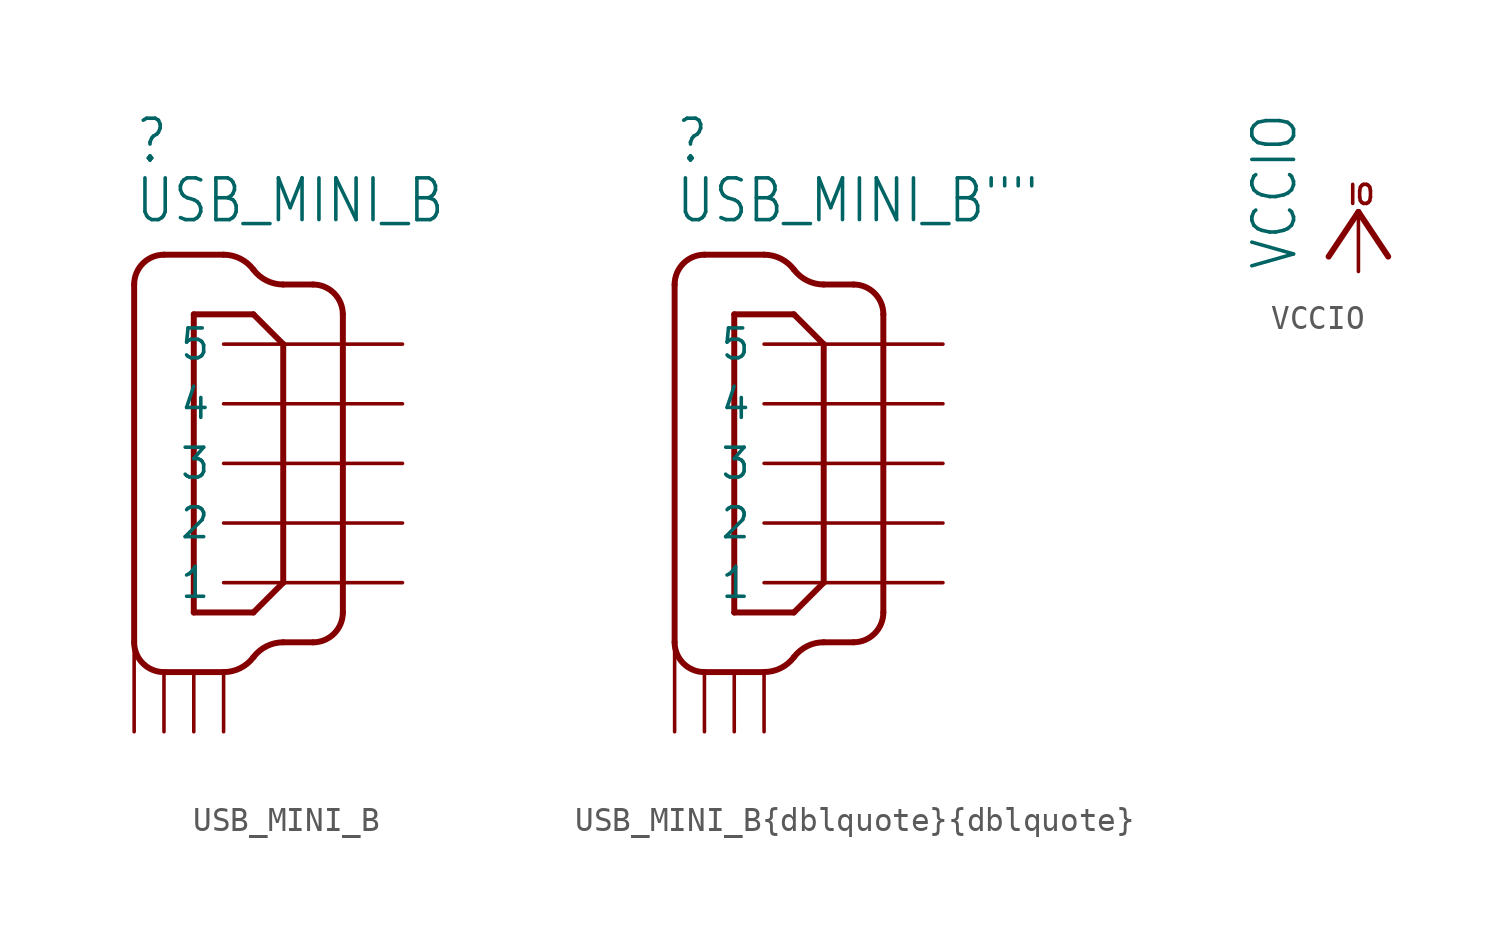
<source format=kicad_sym>
(kicad_symbol_lib
  (version 20211014)
  (generator kicad_symbol_editor)
  (symbol "USB_MINI_B"
    (property "Reference" ""
      (at -3.81 12.7 0)
      (effects (font (size 1.778 1.511)) (justify left bottom)))
    (property "Value" "USB_MINI_B"
      (at -3.81 10.16 0)
      (effects (font (size 1.778 1.511)) (justify left bottom)))
    (property "ki_locked" ""
      (at 0 0 0)
      (effects (font (size 1.27 1.27))))
    (symbol "USB_MINI_B_1_0"
      (arc (start -3.81 -7.62) (mid -3.438 -8.518) (end -2.54 -8.89) (stroke (width 0.254) (type default) (color 0 0 0 0)) (fill (type none)))
      (arc (start -2.54 8.89) (mid -3.438 8.518) (end -3.81 7.62) (stroke (width 0.254) (type default) (color 0 0 0 0)) (fill (type none)))
      (arc (start 0 -8.89) (mid 0.71 -8.7224) (end 1.27 -8.255) (stroke (width 0.254) (type default) (color 0 0 0 0)) (fill (type none)))
      (polyline (pts (xy -3.81 7.62) (xy -3.81 -7.62)) (stroke (width 0.254) (type default) (color 0 0 0 0)) (fill (type none)))
      (polyline (pts (xy -2.54 -8.89) (xy 0 -8.89)) (stroke (width 0.254) (type default) (color 0 0 0 0)) (fill (type none)))
      (polyline (pts (xy -2.54 8.89) (xy 0 8.89)) (stroke (width 0.254) (type default) (color 0 0 0 0)) (fill (type none)))
      (polyline (pts (xy -1.27 -6.35) (xy -1.27 6.35)) (stroke (width 0.254) (type default) (color 0 0 0 0)) (fill (type none)))
      (polyline (pts (xy -1.27 6.35) (xy 1.27 6.35)) (stroke (width 0.254) (type default) (color 0 0 0 0)) (fill (type none)))
      (polyline (pts (xy 1.27 -6.35) (xy -1.27 -6.35)) (stroke (width 0.254) (type default) (color 0 0 0 0)) (fill (type none)))
      (polyline (pts (xy 1.27 6.35) (xy 2.54 5.08)) (stroke (width 0.254) (type default) (color 0 0 0 0)) (fill (type none)))
      (polyline (pts (xy 2.54 -7.62) (xy 3.81 -7.62)) (stroke (width 0.254) (type default) (color 0 0 0 0)) (fill (type none)))
      (polyline (pts (xy 2.54 -5.08) (xy 1.27 -6.35)) (stroke (width 0.254) (type default) (color 0 0 0 0)) (fill (type none)))
      (polyline (pts (xy 2.54 5.08) (xy 2.54 -5.08)) (stroke (width 0.254) (type default) (color 0 0 0 0)) (fill (type none)))
      (polyline (pts (xy 2.54 7.62) (xy 3.81 7.62)) (stroke (width 0.254) (type default) (color 0 0 0 0)) (fill (type none)))
      (polyline (pts (xy 5.08 -6.35) (xy 5.08 6.35)) (stroke (width 0.254) (type default) (color 0 0 0 0)) (fill (type none)))
      (arc (start 1.27 8.255) (mid 0.71 8.7224) (end 0 8.89) (stroke (width 0.254) (type default) (color 0 0 0 0)) (fill (type none)))
      (arc (start 1.27 8.255) (mid 1.83 7.7876) (end 2.54 7.62) (stroke (width 0.254) (type default) (color 0 0 0 0)) (fill (type none)))
      (arc (start 2.54 -7.62) (mid 1.83 -7.7876) (end 1.27 -8.255) (stroke (width 0.254) (type default) (color 0 0 0 0)) (fill (type none)))
      (arc (start 3.81 -7.62) (mid 4.708 -7.248) (end 5.08 -6.35) (stroke (width 0.254) (type default) (color 0 0 0 0)) (fill (type none)))
      (arc (start 5.08 6.35) (mid 4.708 7.248) (end 3.81 7.62) (stroke (width 0.254) (type default) (color 0 0 0 0)) (fill (type none)))
      (pin bidirectional line (at 7.62 -5.08 180) (length 7.62) (name "1" (effects (font (size 1.27 1.27)))) (number "P$1" (effects (font (size 0 0)))))
      (pin bidirectional line (at 7.62 -2.54 180) (length 7.62) (name "2" (effects (font (size 1.27 1.27)))) (number "P$2" (effects (font (size 0 0)))))
      (pin bidirectional line (at 7.62 0 180) (length 7.62) (name "3" (effects (font (size 1.27 1.27)))) (number "P$3" (effects (font (size 0 0)))))
      (pin bidirectional line (at 7.62 2.54 180) (length 7.62) (name "4" (effects (font (size 1.27 1.27)))) (number "P$4" (effects (font (size 0 0)))))
      (pin bidirectional line (at 7.62 5.08 180) (length 7.62) (name "5" (effects (font (size 1.27 1.27)))) (number "P$5" (effects (font (size 0 0)))))
      (pin bidirectional line (at 0 -11.43 90) (length 2.54) (name "P$1" (effects (font (size 0 0)))) (number "SHIELD_1" (effects (font (size 0 0)))))
      (pin bidirectional line (at -1.27 -11.43 90) (length 2.54) (name "P$2" (effects (font (size 0 0)))) (number "SHIELD_2" (effects (font (size 0 0)))))
      (pin bidirectional line (at -2.54 -11.43 90) (length 2.54) (name "P$3" (effects (font (size 0 0)))) (number "SHIELD_3" (effects (font (size 0 0)))))
      (pin bidirectional line (at -3.81 -11.43 90) (length 5.08) (name "P$4" (effects (font (size 0 0)))) (number "SHIELD_4" (effects (font (size 0 0)))))))
  (symbol "USB_MINI_B{dblquote}{dblquote}"
    (property "Reference" ""
      (at -3.81 12.7 0)
      (effects (font (size 1.778 1.511)) (justify left bottom)))
    (property "Value" "USB_MINI_B{dblquote}{dblquote}"
      (at -3.81 10.16 0)
      (effects (font (size 1.778 1.511)) (justify left bottom)))
    (property "ki_locked" ""
      (at 0 0 0)
      (effects (font (size 1.27 1.27))))
    (symbol "USB_MINI_B{dblquote}{dblquote}_1_0"
      (arc (start -3.81 -7.62) (mid -3.438 -8.518) (end -2.54 -8.89) (stroke (width 0.254) (type default) (color 0 0 0 0)) (fill (type none)))
      (arc (start -2.54 8.89) (mid -3.438 8.518) (end -3.81 7.62) (stroke (width 0.254) (type default) (color 0 0 0 0)) (fill (type none)))
      (arc (start 0 -8.89) (mid 0.71 -8.7224) (end 1.27 -8.255) (stroke (width 0.254) (type default) (color 0 0 0 0)) (fill (type none)))
      (polyline (pts (xy -3.81 7.62) (xy -3.81 -7.62)) (stroke (width 0.254) (type default) (color 0 0 0 0)) (fill (type none)))
      (polyline (pts (xy -2.54 -8.89) (xy 0 -8.89)) (stroke (width 0.254) (type default) (color 0 0 0 0)) (fill (type none)))
      (polyline (pts (xy -2.54 8.89) (xy 0 8.89)) (stroke (width 0.254) (type default) (color 0 0 0 0)) (fill (type none)))
      (polyline (pts (xy -1.27 -6.35) (xy -1.27 6.35)) (stroke (width 0.254) (type default) (color 0 0 0 0)) (fill (type none)))
      (polyline (pts (xy -1.27 6.35) (xy 1.27 6.35)) (stroke (width 0.254) (type default) (color 0 0 0 0)) (fill (type none)))
      (polyline (pts (xy 1.27 -6.35) (xy -1.27 -6.35)) (stroke (width 0.254) (type default) (color 0 0 0 0)) (fill (type none)))
      (polyline (pts (xy 1.27 6.35) (xy 2.54 5.08)) (stroke (width 0.254) (type default) (color 0 0 0 0)) (fill (type none)))
      (polyline (pts (xy 2.54 -7.62) (xy 3.81 -7.62)) (stroke (width 0.254) (type default) (color 0 0 0 0)) (fill (type none)))
      (polyline (pts (xy 2.54 -5.08) (xy 1.27 -6.35)) (stroke (width 0.254) (type default) (color 0 0 0 0)) (fill (type none)))
      (polyline (pts (xy 2.54 5.08) (xy 2.54 -5.08)) (stroke (width 0.254) (type default) (color 0 0 0 0)) (fill (type none)))
      (polyline (pts (xy 2.54 7.62) (xy 3.81 7.62)) (stroke (width 0.254) (type default) (color 0 0 0 0)) (fill (type none)))
      (polyline (pts (xy 5.08 -6.35) (xy 5.08 6.35)) (stroke (width 0.254) (type default) (color 0 0 0 0)) (fill (type none)))
      (arc (start 1.27 8.255) (mid 0.71 8.7224) (end 0 8.89) (stroke (width 0.254) (type default) (color 0 0 0 0)) (fill (type none)))
      (arc (start 1.27 8.255) (mid 1.83 7.7876) (end 2.54 7.62) (stroke (width 0.254) (type default) (color 0 0 0 0)) (fill (type none)))
      (arc (start 2.54 -7.62) (mid 1.83 -7.7876) (end 1.27 -8.255) (stroke (width 0.254) (type default) (color 0 0 0 0)) (fill (type none)))
      (arc (start 3.81 -7.62) (mid 4.708 -7.248) (end 5.08 -6.35) (stroke (width 0.254) (type default) (color 0 0 0 0)) (fill (type none)))
      (arc (start 5.08 6.35) (mid 4.708 7.248) (end 3.81 7.62) (stroke (width 0.254) (type default) (color 0 0 0 0)) (fill (type none)))
      (pin bidirectional line (at 7.62 -5.08 180) (length 7.62) (name "1" (effects (font (size 1.27 1.27)))) (number "P$1" (effects (font (size 0 0)))))
      (pin bidirectional line (at 7.62 -2.54 180) (length 7.62) (name "2" (effects (font (size 1.27 1.27)))) (number "P$2" (effects (font (size 0 0)))))
      (pin bidirectional line (at 7.62 0 180) (length 7.62) (name "3" (effects (font (size 1.27 1.27)))) (number "P$3" (effects (font (size 0 0)))))
      (pin bidirectional line (at 7.62 2.54 180) (length 7.62) (name "4" (effects (font (size 1.27 1.27)))) (number "P$4" (effects (font (size 0 0)))))
      (pin bidirectional line (at 7.62 5.08 180) (length 7.62) (name "5" (effects (font (size 1.27 1.27)))) (number "P$5" (effects (font (size 0 0)))))
      (pin bidirectional line (at 0 -11.43 90) (length 2.54) (name "P$1" (effects (font (size 0 0)))) (number "SHIELD_1" (effects (font (size 0 0)))))
      (pin bidirectional line (at -1.27 -11.43 90) (length 2.54) (name "P$2" (effects (font (size 0 0)))) (number "SHIELD_2" (effects (font (size 0 0)))))
      (pin bidirectional line (at -2.54 -11.43 90) (length 2.54) (name "P$3" (effects (font (size 0 0)))) (number "SHIELD_3" (effects (font (size 0 0)))))
      (pin bidirectional line (at -3.81 -11.43 90) (length 5.08) (name "P$4" (effects (font (size 0 0)))) (number "SHIELD_4" (effects (font (size 0 0)))))))
  (symbol "VCCIO"
    (power)
    (property "Reference" "#VCC"
      (at 0 0 0)
      (effects (font (size 1.27 1.27)) hide))
    (property "Value" "VCCIO"
      (at -2.54 -2.54 90)
      (effects (font (size 1.778 1.511)) (justify left bottom)))
    (property "ki_locked" ""
      (at 0 0 0)
      (effects (font (size 1.27 1.27))))
    (symbol "VCCIO_1_0"
      (polyline (pts (xy 0 0) (xy -1.27 -1.905)) (stroke (width 0.254) (type default) (color 0 0 0 0)) (fill (type none)))
      (polyline (pts (xy 1.27 -1.905) (xy 0 0)) (stroke (width 0.254) (type default) (color 0 0 0 0)) (fill (type none)))
      (text "IO" (at -0.508 0.254 0) (effects (font (size 0.813 0.691)) (justify left bottom)))
      (pin power_in line (at 0 -2.54 90) (length 2.54) (name "VCCIO" (effects (font (size 0 0)))) (number "1" (effects (font (size 0 0))))))))
</source>
